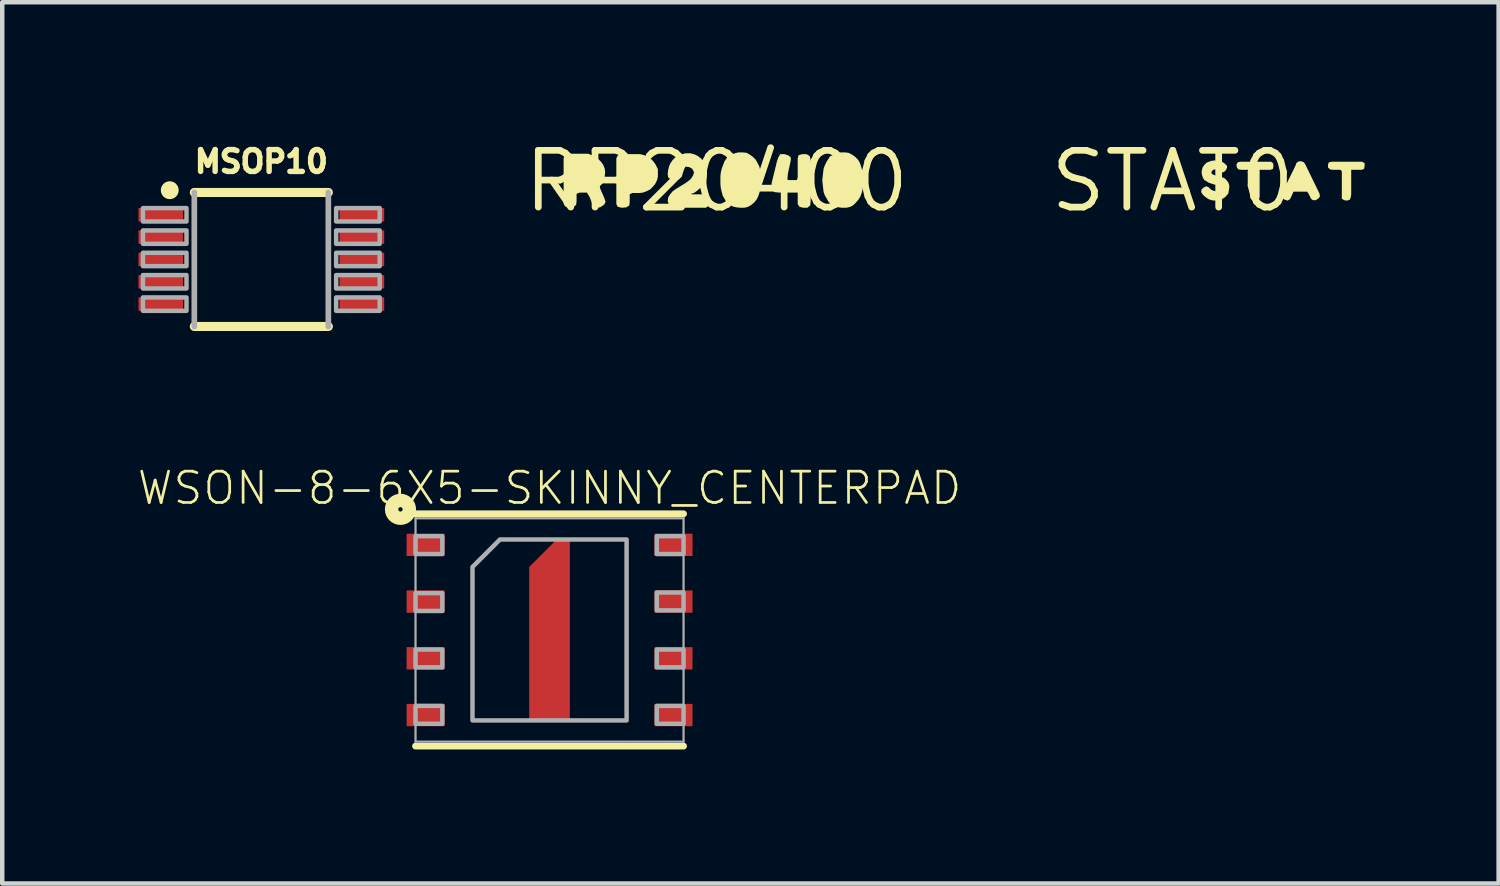
<source format=kicad_pcb>
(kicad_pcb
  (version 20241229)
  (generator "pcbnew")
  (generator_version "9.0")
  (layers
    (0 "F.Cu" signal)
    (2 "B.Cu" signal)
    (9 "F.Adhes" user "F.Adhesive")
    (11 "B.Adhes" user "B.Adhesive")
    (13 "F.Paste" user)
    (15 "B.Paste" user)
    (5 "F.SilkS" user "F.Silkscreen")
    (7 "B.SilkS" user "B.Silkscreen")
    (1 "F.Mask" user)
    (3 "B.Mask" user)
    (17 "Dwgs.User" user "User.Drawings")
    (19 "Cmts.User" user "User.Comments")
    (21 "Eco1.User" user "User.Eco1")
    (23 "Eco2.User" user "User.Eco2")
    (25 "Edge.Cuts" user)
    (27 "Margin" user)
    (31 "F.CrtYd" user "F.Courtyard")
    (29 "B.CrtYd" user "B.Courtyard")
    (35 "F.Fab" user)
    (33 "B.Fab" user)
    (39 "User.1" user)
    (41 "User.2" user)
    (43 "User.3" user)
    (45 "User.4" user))
  (footprint "STAT0"
    (layer "F.Cu")
    (at 23.203 1.006)
    (property "Reference" "STAT0" (at 0 0 0) (layer "F.SilkS") (effects (font (size 1.27 1.27) (thickness 0.15))))
    (fp_poly (pts (xy 2.245 -0.403) (xy 2.255 -0.34) (xy 2.244 -0.276) (xy 2.191 -0.255) (xy 1.945 -0.255) (xy 1.945 0.361) (xy 1.924 0.414) (xy 1.86 0.435) (xy 1.788 0.425) (xy 1.745 0.393) (xy 1.735 0.33) (xy 1.735 -0.219) (xy 1.717 -0.255) (xy 1.54 -0.255) (xy 1.467 -0.265) (xy 1.435 -0.308) (xy 1.425 -0.371) (xy 1.457 -0.425) (xy 1.52 -0.435) (xy 2.202 -0.435)) (stroke (width 0) (type default)) (fill yes) (layer "F.SilkS"))
    (fp_poly (pts (xy 4.295 -0.403) (xy 4.295 -0.34) (xy 4.284 -0.276) (xy 4.231 -0.255) (xy 3.995 -0.255) (xy 3.995 0.3) (xy 3.985 0.361) (xy 3.964 0.414) (xy 3.9 0.435) (xy 3.838 0.425) (xy 3.785 0.393) (xy 3.785 -0.218) (xy 3.757 -0.255) (xy 3.58 -0.255) (xy 3.518 -0.265) (xy 3.475 -0.308) (xy 3.475 -0.371) (xy 3.496 -0.424) (xy 3.56 -0.435) (xy 4.241 -0.435)) (stroke (width 0) (type default)) (fill yes) (layer "F.SilkS"))
    (fp_poly (pts (xy 2.933 -0.424) (xy 2.964 -0.383) (xy 3.285 0.278) (xy 3.295 0.341) (xy 3.263 0.384) (xy 3.202 0.425) (xy 3.138 0.425) (xy 3.096 0.393) (xy 3.036 0.273) (xy 3.008 0.235) (xy 2.703 0.235) (xy 2.655 0.342) (xy 2.624 0.404) (xy 2.571 0.435) (xy 2.508 0.415) (xy 2.446 0.373) (xy 2.425 0.33) (xy 2.445 0.268) (xy 2.745 -0.342) (xy 2.766 -0.403) (xy 2.818 -0.445) (xy 2.881 -0.445)) (stroke (width 0) (type default)) (fill yes) (layer "F.SilkS"))
    (fp_poly (pts (xy 1.001 -0.455) (xy 1.061 -0.445) (xy 1.122 -0.424) (xy 1.163 -0.394) (xy 1.215 -0.342) (xy 1.215 -0.299) (xy 1.174 -0.226) (xy 1.121 -0.195) (xy 1.068 -0.205) (xy 1.008 -0.246) (xy 0.959 -0.265) (xy 0.903 -0.255) (xy 0.865 -0.209) (xy 0.874 -0.163) (xy 0.932 -0.135) (xy 1.041 -0.105) (xy 1.112 -0.085) (xy 1.163 -0.064) (xy 1.204 -0.023) (xy 1.244 0.028) (xy 1.265 0.089) (xy 1.265 0.15) (xy 1.255 0.211) (xy 1.245 0.272) (xy 1.204 0.323) (xy 1.163 0.364) (xy 1.112 0.395) (xy 1.051 0.415) (xy 0.991 0.425) (xy 0.93 0.435) (xy 0.869 0.425) (xy 0.808 0.405) (xy 0.757 0.374) (xy 0.707 0.334) (xy 0.666 0.293) (xy 0.635 0.241) (xy 0.645 0.188) (xy 0.697 0.136) (xy 0.75 0.115) (xy 0.803 0.136) (xy 0.853 0.186) (xy 0.912 0.215) (xy 0.97 0.225) (xy 1.026 0.206) (xy 1.045 0.16) (xy 1.036 0.113) (xy 0.988 0.085) (xy 0.929 0.075) (xy 0.868 0.055) (xy 0.808 0.035) (xy 0.757 0.004) (xy 0.706 -0.026) (xy 0.675 -0.078) (xy 0.655 -0.139) (xy 0.645 -0.2) (xy 0.655 -0.261) (xy 0.676 -0.322) (xy 0.716 -0.373) (xy 0.757 -0.414) (xy 0.808 -0.435) (xy 0.869 -0.455) (xy 0.93 -0.465)) (stroke (width 0) (type default)) (fill yes) (layer "F.SilkS")))
  (footprint "RP20400"
    (layer "F.Cu")
    (at 12.992 1.006)
    (property "Reference" "RP20400" (at 0 0 0) (layer "F.SilkS") (effects (font (size 1.27 1.27) (thickness 0.15))))
    (fp_poly (pts (xy 1.613 -0.574) (xy 1.665 -0.522) (xy 1.655 -0.439) (xy 1.566 -0.034) (xy 1.63 -0.025) (xy 1.796 -0.025) (xy 1.815 -0.081) (xy 1.815 -0.511) (xy 1.836 -0.584) (xy 1.919 -0.605) (xy 2.011 -0.605) (xy 2.084 -0.563) (xy 2.105 -0.481) (xy 2.105 0.45) (xy 2.095 0.543) (xy 2.032 0.595) (xy 1.939 0.595) (xy 1.857 0.574) (xy 1.815 0.512) (xy 1.815 0.255) (xy 1.4 0.255) (xy 1.298 0.245) (xy 1.235 0.203) (xy 1.225 0.12) (xy 1.235 0.029) (xy 1.355 -0.461) (xy 1.386 -0.542) (xy 1.427 -0.605) (xy 1.521 -0.605)) (stroke (width 0) (type default)) (fill yes) (layer "F.SilkS"))
    (fp_poly (pts (xy -1.629 -0.585) (xy -1.548 -0.554) (xy -1.477 -0.504) (xy -1.416 -0.443) (xy -1.366 -0.373) (xy -1.326 -0.292) (xy -1.315 -0.271) (xy -1.315 -0.099) (xy -1.335 -0.018) (xy -1.376 0.063) (xy -1.426 0.123) (xy -1.487 0.184) (xy -1.563 0.222) (xy -1.563 0.223) (xy -1.568 0.225) (xy -1.572 0.227) (xy -1.572 0.226) (xy -1.649 0.255) (xy -1.73 0.265) (xy -1.889 0.265) (xy -1.945 0.293) (xy -1.945 0.46) (xy -1.955 0.543) (xy -2.018 0.585) (xy -2.12 0.595) (xy -2.213 0.574) (xy -2.245 0.511) (xy -2.245 -0.511) (xy -2.214 -0.574) (xy -2.141 -0.605) (xy -1.709 -0.605)) (stroke (width 0) (type default)) (fill yes) (layer "F.SilkS"))
    (fp_poly (pts (xy -2.798 -0.585) (xy -2.717 -0.554) (xy -2.65 -0.497) (xy -2.65 -0.497) (xy -2.647 -0.494) (xy -2.643 -0.49) (xy -2.643 -0.49) (xy -2.586 -0.433) (xy -2.536 -0.362) (xy -2.505 -0.281) (xy -2.495 -0.2) (xy -2.505 -0.109) (xy -2.525 -0.029) (xy -2.556 0.053) (xy -2.615 0.112) (xy -2.605 0.169) (xy -2.535 0.328) (xy -2.515 0.378) (xy -2.485 0.46) (xy -2.516 0.523) (xy -2.608 0.585) (xy -2.691 0.595) (xy -2.764 0.553) (xy -2.844 0.352) (xy -2.903 0.255) (xy -3.069 0.255) (xy -3.135 0.283) (xy -3.135 0.45) (xy -3.145 0.533) (xy -3.198 0.575) (xy -3.31 0.585) (xy -3.393 0.564) (xy -3.425 0.501) (xy -3.425 -0.521) (xy -3.394 -0.594) (xy -3.311 -0.615) (xy -2.879 -0.615)) (stroke (width 0) (type default)) (fill yes) (layer "F.SilkS"))
    (fp_poly (pts (xy 2.951 -0.635) (xy 3.033 -0.594) (xy 3.103 -0.544) (xy 3.164 -0.483) (xy 3.205 -0.412) (xy 3.235 -0.331) (xy 3.254 -0.256) (xy 3.275 -0.171) (xy 3.285 -0.08) (xy 3.285 0.01) (xy 3.275 0.101) (xy 3.265 0.191) (xy 3.245 0.271) (xy 3.214 0.352) (xy 3.174 0.413) (xy 3.124 0.473) (xy 3.063 0.534) (xy 2.992 0.575) (xy 2.901 0.595) (xy 2.81 0.595) (xy 2.729 0.585) (xy 2.648 0.565) (xy 2.567 0.514) (xy 2.506 0.463) (xy 2.466 0.392) (xy 2.425 0.322) (xy 2.395 0.241) (xy 2.385 0.161) (xy 2.375 0.071) (xy 2.365 -0.02) (xy 2.375 -0.111) (xy 2.385 -0.201) (xy 2.395 -0.281) (xy 2.425 -0.362) (xy 2.466 -0.443) (xy 2.506 -0.503) (xy 2.536 -0.554) (xy 2.618 -0.595) (xy 2.688 -0.625) (xy 2.779 -0.645) (xy 2.87 -0.645)) (stroke (width 0) (type default)) (fill yes) (layer "F.SilkS"))
    (fp_poly (pts (xy 0.672 -0.635) (xy 0.743 -0.594) (xy 0.813 -0.544) (xy 0.874 -0.483) (xy 0.914 -0.412) (xy 0.955 -0.332) (xy 0.974 -0.256) (xy 0.974 -0.256) (xy 0.975 -0.251) (xy 0.976 -0.246) (xy 0.976 -0.246) (xy 0.985 -0.171) (xy 0.995 -0.08) (xy 0.995 0.101) (xy 0.975 0.191) (xy 0.955 0.271) (xy 0.925 0.352) (xy 0.894 0.413) (xy 0.844 0.474) (xy 0.773 0.534) (xy 0.702 0.575) (xy 0.621 0.595) (xy 0.53 0.595) (xy 0.439 0.585) (xy 0.358 0.565) (xy 0.277 0.514) (xy 0.216 0.463) (xy 0.176 0.392) (xy 0.135 0.322) (xy 0.115 0.241) (xy 0.095 0.161) (xy 0.085 0.07) (xy 0.085 -0.11) (xy 0.095 -0.201) (xy 0.115 -0.281) (xy 0.145 -0.362) (xy 0.176 -0.442) (xy 0.216 -0.503) (xy 0.257 -0.554) (xy 0.328 -0.595) (xy 0.409 -0.625) (xy 0.489 -0.645) (xy 0.58 -0.645)) (stroke (width 0) (type default)) (fill yes) (layer "F.SilkS"))
    (fp_poly (pts (xy -0.508 -0.605) (xy -0.438 -0.574) (xy -0.367 -0.524) (xy -0.306 -0.463) (xy -0.265 -0.382) (xy -0.235 -0.312) (xy -0.215 -0.231) (xy -0.215 -0.14) (xy -0.225 -0.059) (xy -0.256 0.022) (xy -0.306 0.093) (xy -0.367 0.154) (xy -0.437 0.214) (xy -0.508 0.265) (xy -0.57 0.282) (xy -0.558 0.295) (xy -0.309 0.295) (xy -0.217 0.315) (xy -0.165 0.368) (xy -0.165 0.46) (xy -0.175 0.543) (xy -0.238 0.595) (xy -0.91 0.595) (xy -1.002 0.585) (xy -1.064 0.533) (xy -1.095 0.451) (xy -1.085 0.368) (xy -1.044 0.297) (xy -0.983 0.226) (xy -0.913 0.176) (xy -0.703 0.046) (xy -0.633 -0.004) (xy -0.574 -0.053) (xy -0.525 -0.132) (xy -0.505 -0.2) (xy -0.544 -0.276) (xy -0.612 -0.315) (xy -0.689 -0.325) (xy -0.756 -0.277) (xy -0.785 -0.209) (xy -0.795 -0.119) (xy -0.826 -0.056) (xy -0.919 -0.025) (xy -1.022 -0.035) (xy -1.085 -0.087) (xy -1.095 -0.16) (xy -1.085 -0.251) (xy -1.065 -0.332) (xy -1.034 -0.402) (xy -0.984 -0.473) (xy -0.923 -0.534) (xy -0.852 -0.585) (xy -0.771 -0.605) (xy -0.691 -0.625) (xy -0.589 -0.625)) (stroke (width 0) (type default)) (fill yes) (layer "F.SilkS")))
  (footprint "WSON-8-6X5-SKINNY_CENTERPAD"
    (layer "F.Cu")
    (at 9.252 11.052)
    (property "Reference" "WSON-8-6X5-SKINNY_CENTERPAD" (at 0 -3.175 0) (layer "F.SilkS") (effects (font (size 0.701 0.701) (thickness 0.061))))
    (fp_poly (pts (xy 0.455 2.025) (xy -0.455 2.025) (xy -0.455 -1.41) (xy 0.16 -2.025) (xy 0.455 -2.025)) (stroke (width 0) (type default)) (fill yes) (layer "F.Cu"))
    (fp_poly (pts (xy 0.555 2.125) (xy -0.555 2.125) (xy -0.555 -1.485) (xy 0.11 -2.15) (xy 0.555 -2.15)) (stroke (width 0) (type default)) (fill yes) (layer "F.Mask"))
    (fp_line (start -3 -2.6) (end 3 -2.6) (stroke (width 0.152) (type solid)) (layer "F.SilkS"))
    (fp_line (start -3 2.6) (end 3 2.6) (stroke (width 0.152) (type solid)) (layer "F.SilkS"))
    (fp_circle (center -3.337 -2.7) (end -3.288 -2.7) (stroke (width 0.3) (type solid)) (fill no) (layer "F.SilkS"))
    (fp_poly (pts (xy -0.4 0.4) (xy 0.4 0.4) (xy 0.4 -0.4) (xy -0.4 -0.4)) (stroke (width 0) (type default)) (fill yes) (layer "F.Paste"))
    (fp_line (start -3 -2.5) (end 3 -2.5) (stroke (width 0.05) (type solid)) (layer "F.Fab"))
    (fp_line (start -3 2.5) (end -3 -2.5) (stroke (width 0.05) (type solid)) (layer "F.Fab"))
    (fp_line (start 3 -2.5) (end 3 2.5) (stroke (width 0.05) (type solid)) (layer "F.Fab"))
    (fp_line (start 3 2.5) (end -3 2.5) (stroke (width 0.05) (type solid)) (layer "F.Fab"))
    (fp_poly (pts (xy -3 -1.7) (xy -2.4 -1.7) (xy -2.4 -2.1) (xy -3 -2.1)) (stroke (width 0.1) (type default)) (fill no) (layer "F.Fab"))
    (fp_poly (pts (xy -3 -0.425) (xy -2.4 -0.425) (xy -2.4 -0.825) (xy -3 -0.825)) (stroke (width 0.1) (type default)) (fill no) (layer "F.Fab"))
    (fp_poly (pts (xy -3 0.838) (xy -2.4 0.838) (xy -2.4 0.438) (xy -3 0.438)) (stroke (width 0.1) (type default)) (fill no) (layer "F.Fab"))
    (fp_poly (pts (xy -3 2.1) (xy -2.4 2.1) (xy -2.4 1.7) (xy -3 1.7)) (stroke (width 0.1) (type default)) (fill no) (layer "F.Fab"))
    (fp_poly (pts (xy 2.4 -1.7) (xy 3 -1.7) (xy 3 -2.1) (xy 2.4 -2.1)) (stroke (width 0.1) (type default)) (fill no) (layer "F.Fab"))
    (fp_poly (pts (xy 2.4 -0.438) (xy 3 -0.438) (xy 3 -0.838) (xy 2.4 -0.838)) (stroke (width 0.1) (type default)) (fill no) (layer "F.Fab"))
    (fp_poly (pts (xy 2.4 0.838) (xy 3 0.838) (xy 3 0.438) (xy 2.4 0.438)) (stroke (width 0.1) (type default)) (fill no) (layer "F.Fab"))
    (fp_poly (pts (xy 2.4 2.1) (xy 3 2.1) (xy 3 1.7) (xy 2.4 1.7)) (stroke (width 0.1) (type default)) (fill no) (layer "F.Fab"))
    (fp_poly (pts (xy 1.725 2.025) (xy -1.725 2.025) (xy -1.725 -1.41) (xy -1.11 -2.025) (xy 1.725 -2.025)) (stroke (width 0.1) (type default)) (fill no) (layer "F.Fab"))
    (pad "1" smd rect (at -2.775 -1.905 90) (size 0.5 0.85) (layers "F.Cu" "F.Mask" "F.Paste"))
    (pad "2" smd rect (at -2.775 -0.635 90) (size 0.5 0.85) (layers "F.Cu" "F.Mask" "F.Paste"))
    (pad "3" smd rect (at -2.775 0.635 90) (size 0.5 0.85) (layers "F.Cu" "F.Mask" "F.Paste"))
    (pad "4" smd rect (at -2.775 1.905 90) (size 0.5 0.85) (layers "F.Cu" "F.Mask" "F.Paste"))
    (pad "5" smd rect (at 2.775 1.905 90) (size 0.5 0.85) (layers "F.Cu" "F.Mask" "F.Paste"))
    (pad "6" smd rect (at 2.775 0.635 90) (size 0.5 0.85) (layers "F.Cu" "F.Mask" "F.Paste"))
    (pad "7" smd rect (at 2.775 -0.635 90) (size 0.5 0.85) (layers "F.Cu" "F.Mask" "F.Paste"))
    (pad "8" smd rect (at 2.775 -1.905 90) (size 0.5 0.85) (layers "F.Cu" "F.Mask" "F.Paste")))
  (footprint "MSOP10"
    (layer "F.Cu")
    (at 2.8 2.758)
    (property "Reference" "MSOP10" (at 0 -1.905 0) (layer "F.SilkS") (effects (font (size 0.488 0.488) (thickness 0.122)) (justify bottom)))
    (fp_poly (pts (xy -2.8 -1.2) (xy -2.8 -0.8) (xy -1.7 -0.8) (xy -1.7 -1.2)) (stroke (width 0) (type default)) (fill yes) (layer "F.Mask"))
    (fp_poly (pts (xy -2.8 -0.7) (xy -2.8 -0.3) (xy -1.7 -0.3) (xy -1.7 -0.7)) (stroke (width 0) (type default)) (fill yes) (layer "F.Mask"))
    (fp_poly (pts (xy -2.8 -0.2) (xy -2.8 0.2) (xy -1.7 0.2) (xy -1.7 -0.2)) (stroke (width 0) (type default)) (fill yes) (layer "F.Mask"))
    (fp_poly (pts (xy -2.8 0.3) (xy -2.8 0.7) (xy -1.7 0.7) (xy -1.7 0.3)) (stroke (width 0) (type default)) (fill yes) (layer "F.Mask"))
    (fp_poly (pts (xy -2.8 0.8) (xy -2.8 1.2) (xy -1.7 1.2) (xy -1.7 0.8)) (stroke (width 0) (type default)) (fill yes) (layer "F.Mask"))
    (fp_poly (pts (xy 2.8 -0.8) (xy 2.8 -1.2) (xy 1.7 -1.2) (xy 1.7 -0.8)) (stroke (width 0) (type default)) (fill yes) (layer "F.Mask"))
    (fp_poly (pts (xy 2.8 -0.3) (xy 2.8 -0.7) (xy 1.7 -0.7) (xy 1.7 -0.3)) (stroke (width 0) (type default)) (fill yes) (layer "F.Mask"))
    (fp_poly (pts (xy 2.8 0.2) (xy 2.8 -0.2) (xy 1.7 -0.2) (xy 1.7 0.2)) (stroke (width 0) (type default)) (fill yes) (layer "F.Mask"))
    (fp_poly (pts (xy 2.8 0.7) (xy 2.8 0.3) (xy 1.7 0.3) (xy 1.7 0.7)) (stroke (width 0) (type default)) (fill yes) (layer "F.Mask"))
    (fp_poly (pts (xy 2.8 1.2) (xy 2.8 0.8) (xy 1.7 0.8) (xy 1.7 1.2)) (stroke (width 0) (type default)) (fill yes) (layer "F.Mask"))
    (fp_line (start -1.5 1.5) (end 1.5 1.5) (stroke (width 0.203) (type solid)) (layer "F.SilkS"))
    (fp_line (start 1.5 -1.5) (end -1.5 -1.5) (stroke (width 0.203) (type solid)) (layer "F.SilkS"))
    (fp_circle (center -2.05 -1.55) (end -1.95 -1.55) (stroke (width 0.2) (type solid)) (fill yes) (layer "F.SilkS"))
    (fp_poly (pts (xy -2.7 -1.125) (xy -2.7 -0.875) (xy -1.825 -0.875) (xy -1.825 -1.125)) (stroke (width 0) (type default)) (fill yes) (layer "F.Paste"))
    (fp_poly (pts (xy -2.7 -0.625) (xy -2.7 -0.375) (xy -1.825 -0.375) (xy -1.825 -0.625)) (stroke (width 0) (type default)) (fill yes) (layer "F.Paste"))
    (fp_poly (pts (xy -2.7 -0.125) (xy -2.7 0.125) (xy -1.825 0.125) (xy -1.825 -0.125)) (stroke (width 0) (type default)) (fill yes) (layer "F.Paste"))
    (fp_poly (pts (xy -2.7 0.375) (xy -2.7 0.625) (xy -1.825 0.625) (xy -1.825 0.375)) (stroke (width 0) (type default)) (fill yes) (layer "F.Paste"))
    (fp_poly (pts (xy -2.7 0.875) (xy -2.7 1.125) (xy -1.825 1.125) (xy -1.825 0.875)) (stroke (width 0) (type default)) (fill yes) (layer "F.Paste"))
    (fp_poly (pts (xy 2.7 -0.875) (xy 2.7 -1.125) (xy 1.825 -1.125) (xy 1.825 -0.875)) (stroke (width 0) (type default)) (fill yes) (layer "F.Paste"))
    (fp_poly (pts (xy 2.7 -0.375) (xy 2.7 -0.625) (xy 1.825 -0.625) (xy 1.825 -0.375)) (stroke (width 0) (type default)) (fill yes) (layer "F.Paste"))
    (fp_poly (pts (xy 2.7 0.125) (xy 2.7 -0.125) (xy 1.825 -0.125) (xy 1.825 0.125)) (stroke (width 0) (type default)) (fill yes) (layer "F.Paste"))
    (fp_poly (pts (xy 2.7 0.625) (xy 2.7 0.375) (xy 1.825 0.375) (xy 1.825 0.625)) (stroke (width 0) (type default)) (fill yes) (layer "F.Paste"))
    (fp_poly (pts (xy 2.7 1.125) (xy 2.7 0.875) (xy 1.825 0.875) (xy 1.825 1.125)) (stroke (width 0) (type default)) (fill yes) (layer "F.Paste"))
    (fp_line (start -1.5 -1.5) (end -1.5 1.5) (stroke (width 0.127) (type solid)) (layer "F.Fab"))
    (fp_line (start 1.5 1.5) (end 1.5 -1.5) (stroke (width 0.127) (type solid)) (layer "F.Fab"))
    (fp_poly (pts (xy -2.65 -1.15) (xy -2.65 -0.85) (xy -1.675 -0.85) (xy -1.675 -1.15)) (stroke (width 0.1) (type default)) (fill no) (layer "F.Fab"))
    (fp_poly (pts (xy -2.65 -0.65) (xy -2.65 -0.35) (xy -1.675 -0.35) (xy -1.675 -0.65)) (stroke (width 0.1) (type default)) (fill no) (layer "F.Fab"))
    (fp_poly (pts (xy -2.65 -0.15) (xy -2.65 0.15) (xy -1.675 0.15) (xy -1.675 -0.15)) (stroke (width 0.1) (type default)) (fill no) (layer "F.Fab"))
    (fp_poly (pts (xy -2.65 0.35) (xy -2.65 0.65) (xy -1.675 0.65) (xy -1.675 0.35)) (stroke (width 0.1) (type default)) (fill no) (layer "F.Fab"))
    (fp_poly (pts (xy -2.65 0.85) (xy -2.65 1.15) (xy -1.675 1.15) (xy -1.675 0.85)) (stroke (width 0.1) (type default)) (fill no) (layer "F.Fab"))
    (fp_poly (pts (xy 2.65 -0.85) (xy 2.65 -1.15) (xy 1.675 -1.15) (xy 1.675 -0.85)) (stroke (width 0.1) (type default)) (fill no) (layer "F.Fab"))
    (fp_poly (pts (xy 2.65 -0.35) (xy 2.65 -0.65) (xy 1.675 -0.65) (xy 1.675 -0.35)) (stroke (width 0.1) (type default)) (fill no) (layer "F.Fab"))
    (fp_poly (pts (xy 2.65 0.15) (xy 2.65 -0.15) (xy 1.675 -0.15) (xy 1.675 0.15)) (stroke (width 0.1) (type default)) (fill no) (layer "F.Fab"))
    (fp_poly (pts (xy 2.65 0.65) (xy 2.65 0.35) (xy 1.675 0.35) (xy 1.675 0.65)) (stroke (width 0.1) (type default)) (fill no) (layer "F.Fab"))
    (fp_poly (pts (xy 2.65 1.15) (xy 2.65 0.85) (xy 1.675 0.85) (xy 1.675 1.15)) (stroke (width 0.1) (type default)) (fill no) (layer "F.Fab"))
    (pad "1" smd rect (at -2.25 -1 270) (size 0.3 1) (layers "F.Cu"))
    (pad "2" smd rect (at -2.25 -0.5 270) (size 0.3 1) (layers "F.Cu"))
    (pad "3" smd rect (at -2.25 0 270) (size 0.3 1) (layers "F.Cu"))
    (pad "4" smd rect (at -2.25 0.5 270) (size 0.3 1) (layers "F.Cu"))
    (pad "5" smd rect (at -2.25 1 270) (size 0.3 1) (layers "F.Cu"))
    (pad "6" smd rect (at 2.25 1 90) (size 0.3 1) (layers "F.Cu"))
    (pad "7" smd rect (at 2.25 0.5 90) (size 0.3 1) (layers "F.Cu"))
    (pad "8" smd rect (at 2.25 0 90) (size 0.3 1) (layers "F.Cu"))
    (pad "9" smd rect (at 2.25 -0.5 90) (size 0.3 1) (layers "F.Cu"))
    (pad "10" smd rect (at 2.25 -1 90) (size 0.3 1) (layers "F.Cu")))
  (gr_rect
    (start -3 -3)
    (end 30.498 16.728)
    (stroke (width 0.1) (type default))
    (fill no)
    (layer "Edge.Cuts")))
</source>
